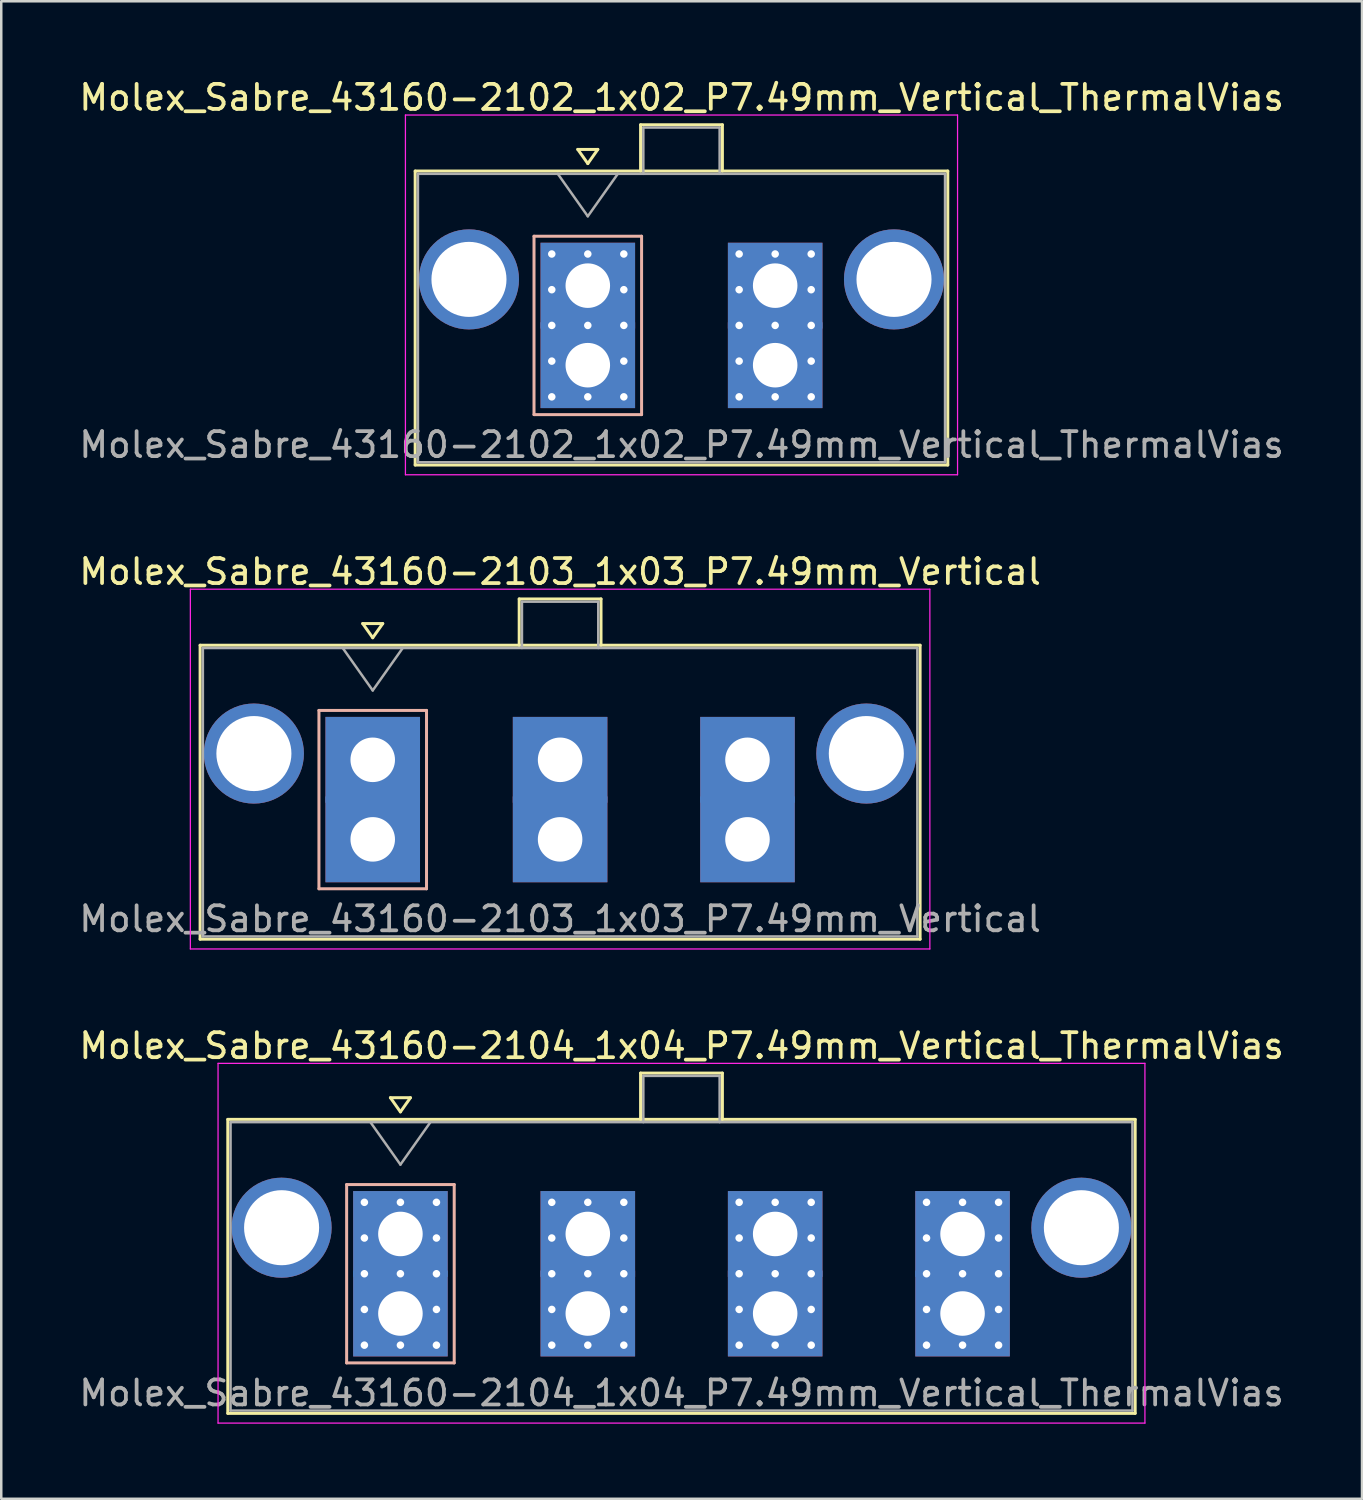
<source format=kicad_pcb>
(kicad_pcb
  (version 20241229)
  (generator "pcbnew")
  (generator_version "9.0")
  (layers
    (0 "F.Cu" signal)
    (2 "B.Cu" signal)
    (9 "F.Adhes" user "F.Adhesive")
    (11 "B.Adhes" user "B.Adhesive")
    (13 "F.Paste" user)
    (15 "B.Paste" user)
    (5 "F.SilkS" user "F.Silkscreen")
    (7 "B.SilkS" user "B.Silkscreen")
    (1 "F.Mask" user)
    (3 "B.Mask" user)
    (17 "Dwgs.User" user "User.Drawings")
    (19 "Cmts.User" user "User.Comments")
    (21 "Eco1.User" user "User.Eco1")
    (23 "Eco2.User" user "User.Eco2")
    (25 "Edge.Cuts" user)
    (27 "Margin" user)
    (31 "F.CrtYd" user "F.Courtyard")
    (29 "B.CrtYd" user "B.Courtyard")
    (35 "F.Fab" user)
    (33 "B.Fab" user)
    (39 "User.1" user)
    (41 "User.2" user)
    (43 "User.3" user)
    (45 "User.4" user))
  (footprint "Molex_Sabre_43160-2103_1x03_P7.49mm_Vertical"
    (layer "F.Cu")
    (at 11.849 30.502)
    (property "Reference" "Molex_Sabre_43160-2103_1x03_P7.49mm_Vertical" (at 7.49 -10.7 0) (layer "F.SilkS") (effects (font (size 1 1) (thickness 0.15))))
    (attr through_hole)
    (fp_line (start -6.9 -7.76) (end -6.9 3.99) (stroke (width 0.12) (type solid)) (layer "F.SilkS"))
    (fp_line (start -6.9 3.99) (end 21.88 3.99) (stroke (width 0.12) (type solid)) (layer "F.SilkS"))
    (fp_line (start -0.4 -8.626) (end 0 -8.06) (stroke (width 0.12) (type solid)) (layer "F.SilkS"))
    (fp_line (start 0 -8.06) (end 0.4 -8.626) (stroke (width 0.12) (type solid)) (layer "F.SilkS"))
    (fp_line (start 0.4 -8.626) (end -0.4 -8.626) (stroke (width 0.12) (type solid)) (layer "F.SilkS"))
    (fp_line (start 5.855 -9.61) (end 9.125 -9.61) (stroke (width 0.12) (type solid)) (layer "F.SilkS"))
    (fp_line (start 5.855 -7.76) (end 5.855 -9.61) (stroke (width 0.12) (type solid)) (layer "F.SilkS"))
    (fp_line (start 9.125 -9.61) (end 9.125 -7.76) (stroke (width 0.12) (type solid)) (layer "F.SilkS"))
    (fp_line (start 21.88 -7.76) (end -6.9 -7.76) (stroke (width 0.12) (type solid)) (layer "F.SilkS"))
    (fp_line (start 21.88 3.99) (end 21.88 -7.76) (stroke (width 0.12) (type solid)) (layer "F.SilkS"))
    (fp_line (start -2.15 -5.155) (end -2.15 1.975) (stroke (width 0.12) (type solid)) (layer "B.SilkS"))
    (fp_line (start -2.15 1.975) (end 2.15 1.975) (stroke (width 0.12) (type solid)) (layer "B.SilkS"))
    (fp_line (start 2.15 -5.155) (end -2.15 -5.155) (stroke (width 0.12) (type solid)) (layer "B.SilkS"))
    (fp_line (start 2.15 1.975) (end 2.15 -5.155) (stroke (width 0.12) (type solid)) (layer "B.SilkS"))
    (fp_line (start -7.29 -10) (end -7.29 4.38) (stroke (width 0.05) (type solid)) (layer "F.CrtYd"))
    (fp_line (start -7.29 4.38) (end 22.27 4.38) (stroke (width 0.05) (type solid)) (layer "F.CrtYd"))
    (fp_line (start 22.27 -10) (end -7.29 -10) (stroke (width 0.05) (type solid)) (layer "F.CrtYd"))
    (fp_line (start 22.27 4.38) (end 22.27 -10) (stroke (width 0.05) (type solid)) (layer "F.CrtYd"))
    (fp_line (start -6.79 -7.65) (end -6.79 3.88) (stroke (width 0.1) (type solid)) (layer "F.Fab"))
    (fp_line (start -6.79 3.88) (end 21.77 3.88) (stroke (width 0.1) (type solid)) (layer "F.Fab"))
    (fp_line (start -1.2 -7.65) (end 0 -5.953) (stroke (width 0.1) (type solid)) (layer "F.Fab"))
    (fp_line (start 0 -5.953) (end 1.2 -7.65) (stroke (width 0.1) (type solid)) (layer "F.Fab"))
    (fp_line (start 5.965 -9.5) (end 9.015 -9.5) (stroke (width 0.1) (type solid)) (layer "F.Fab"))
    (fp_line (start 5.965 -7.65) (end 5.965 -9.5) (stroke (width 0.1) (type solid)) (layer "F.Fab"))
    (fp_line (start 9.015 -9.5) (end 9.015 -7.65) (stroke (width 0.1) (type solid)) (layer "F.Fab"))
    (fp_line (start 21.77 -7.65) (end -6.79 -7.65) (stroke (width 0.1) (type solid)) (layer "F.Fab"))
    (fp_line (start 21.77 3.88) (end 21.77 -7.65) (stroke (width 0.1) (type solid)) (layer "F.Fab"))
    (fp_text user "${REFERENCE}" (at 7.49 3.18 0) (layer "F.Fab") (effects (font (size 1 1) (thickness 0.15))))
    (pad "" thru_hole circle (at -4.75 -3.43) (size 4 4) (drill 3) (layers "*.Cu" "*.Mask"))
    (pad "" thru_hole circle (at 19.73 -3.43) (size 4 4) (drill 3) (layers "*.Cu" "*.Mask"))
    (pad "1" thru_hole rect (at 0 -3.18) (size 3.78 3.43) (drill 1.78) (layers "*.Cu" "*.Mask"))
    (pad "1" thru_hole rect (at 0 0) (size 3.78 3.43) (drill 1.78) (layers "*.Cu" "*.Mask"))
    (pad "2" thru_hole rect (at 7.49 -3.18) (size 3.78 3.43) (drill 1.78) (layers "*.Cu" "*.Mask"))
    (pad "2" thru_hole rect (at 7.49 0) (size 3.78 3.43) (drill 1.78) (layers "*.Cu" "*.Mask"))
    (pad "3" thru_hole rect (at 14.98 -3.18) (size 3.78 3.43) (drill 1.78) (layers "*.Cu" "*.Mask"))
    (pad "3" thru_hole rect (at 14.98 0) (size 3.78 3.43) (drill 1.78) (layers "*.Cu" "*.Mask")))
  (footprint "Molex_Sabre_43160-2104_1x04_P7.49mm_Vertical_ThermalVias"
    (layer "F.Cu")
    (at 12.956 49.455)
    (property "Reference" "Molex_Sabre_43160-2104_1x04_P7.49mm_Vertical_ThermalVias" (at 11.24 -10.7 0) (layer "F.SilkS") (effects (font (size 1 1) (thickness 0.15))))
    (attr through_hole)
    (fp_line (start -6.9 -7.76) (end -6.9 3.99) (stroke (width 0.12) (type solid)) (layer "F.SilkS"))
    (fp_line (start -6.9 3.99) (end 29.37 3.99) (stroke (width 0.12) (type solid)) (layer "F.SilkS"))
    (fp_line (start -0.4 -8.626) (end 0 -8.06) (stroke (width 0.12) (type solid)) (layer "F.SilkS"))
    (fp_line (start 0 -8.06) (end 0.4 -8.626) (stroke (width 0.12) (type solid)) (layer "F.SilkS"))
    (fp_line (start 0.4 -8.626) (end -0.4 -8.626) (stroke (width 0.12) (type solid)) (layer "F.SilkS"))
    (fp_line (start 9.6 -9.61) (end 12.87 -9.61) (stroke (width 0.12) (type solid)) (layer "F.SilkS"))
    (fp_line (start 9.6 -7.76) (end 9.6 -9.61) (stroke (width 0.12) (type solid)) (layer "F.SilkS"))
    (fp_line (start 12.87 -9.61) (end 12.87 -7.76) (stroke (width 0.12) (type solid)) (layer "F.SilkS"))
    (fp_line (start 29.37 -7.76) (end -6.9 -7.76) (stroke (width 0.12) (type solid)) (layer "F.SilkS"))
    (fp_line (start 29.37 3.99) (end 29.37 -7.76) (stroke (width 0.12) (type solid)) (layer "F.SilkS"))
    (fp_line (start -2.15 -5.155) (end -2.15 1.975) (stroke (width 0.12) (type solid)) (layer "B.SilkS"))
    (fp_line (start -2.15 1.975) (end 2.15 1.975) (stroke (width 0.12) (type solid)) (layer "B.SilkS"))
    (fp_line (start 2.15 -5.155) (end -2.15 -5.155) (stroke (width 0.12) (type solid)) (layer "B.SilkS"))
    (fp_line (start 2.15 1.975) (end 2.15 -5.155) (stroke (width 0.12) (type solid)) (layer "B.SilkS"))
    (fp_line (start -7.29 -10) (end -7.29 4.38) (stroke (width 0.05) (type solid)) (layer "F.CrtYd"))
    (fp_line (start -7.29 4.38) (end 29.76 4.38) (stroke (width 0.05) (type solid)) (layer "F.CrtYd"))
    (fp_line (start 29.76 -10) (end -7.29 -10) (stroke (width 0.05) (type solid)) (layer "F.CrtYd"))
    (fp_line (start 29.76 4.38) (end 29.76 -10) (stroke (width 0.05) (type solid)) (layer "F.CrtYd"))
    (fp_line (start -6.79 -7.65) (end -6.79 3.88) (stroke (width 0.1) (type solid)) (layer "F.Fab"))
    (fp_line (start -6.79 3.88) (end 29.26 3.88) (stroke (width 0.1) (type solid)) (layer "F.Fab"))
    (fp_line (start -1.2 -7.65) (end 0 -5.953) (stroke (width 0.1) (type solid)) (layer "F.Fab"))
    (fp_line (start 0 -5.953) (end 1.2 -7.65) (stroke (width 0.1) (type solid)) (layer "F.Fab"))
    (fp_line (start 9.71 -9.5) (end 12.76 -9.5) (stroke (width 0.1) (type solid)) (layer "F.Fab"))
    (fp_line (start 9.71 -7.65) (end 9.71 -9.5) (stroke (width 0.1) (type solid)) (layer "F.Fab"))
    (fp_line (start 12.76 -9.5) (end 12.76 -7.65) (stroke (width 0.1) (type solid)) (layer "F.Fab"))
    (fp_line (start 29.26 -7.65) (end -6.79 -7.65) (stroke (width 0.1) (type solid)) (layer "F.Fab"))
    (fp_line (start 29.26 3.88) (end 29.26 -7.65) (stroke (width 0.1) (type solid)) (layer "F.Fab"))
    (fp_text user "${REFERENCE}" (at 11.24 3.18 0) (layer "F.Fab") (effects (font (size 1 1) (thickness 0.15))))
    (pad "" thru_hole circle (at -4.75 -3.43) (size 4 4) (drill 3) (layers "*.Cu" "*.Mask"))
    (pad "" thru_hole circle (at 27.22 -3.43) (size 4 4) (drill 3) (layers "*.Cu" "*.Mask"))
    (pad "1" thru_hole rect (at -1.44 -4.445) (size 0.6 0.6) (drill 0.3) (layers "*.Cu" "*.Mask"))
    (pad "1" thru_hole rect (at -1.44 -3.018) (size 0.6 0.6) (drill 0.3) (layers "*.Cu" "*.Mask"))
    (pad "1" thru_hole rect (at -1.44 -1.59) (size 0.6 0.6) (drill 0.3) (layers "*.Cu" "*.Mask"))
    (pad "1" thru_hole rect (at -1.44 -0.163) (size 0.6 0.6) (drill 0.3) (layers "*.Cu" "*.Mask"))
    (pad "1" thru_hole rect (at -1.44 1.265) (size 0.6 0.6) (drill 0.3) (layers "*.Cu" "*.Mask"))
    (pad "1" thru_hole rect (at 0 -4.445) (size 0.6 0.6) (drill 0.3) (layers "*.Cu" "*.Mask"))
    (pad "1" thru_hole rect (at 0 -3.18) (size 3.78 3.43) (drill 1.78) (layers "*.Cu" "*.Mask"))
    (pad "1" thru_hole rect (at 0 -1.59) (size 0.6 0.6) (drill 0.3) (layers "*.Cu" "*.Mask"))
    (pad "1" thru_hole rect (at 0 0) (size 3.78 3.43) (drill 1.78) (layers "*.Cu" "*.Mask"))
    (pad "1" thru_hole rect (at 0 1.265) (size 0.6 0.6) (drill 0.3) (layers "*.Cu" "*.Mask"))
    (pad "1" thru_hole rect (at 1.44 -4.445) (size 0.6 0.6) (drill 0.3) (layers "*.Cu" "*.Mask"))
    (pad "1" thru_hole rect (at 1.44 -3.018) (size 0.6 0.6) (drill 0.3) (layers "*.Cu" "*.Mask"))
    (pad "1" thru_hole rect (at 1.44 -1.59) (size 0.6 0.6) (drill 0.3) (layers "*.Cu" "*.Mask"))
    (pad "1" thru_hole rect (at 1.44 -0.163) (size 0.6 0.6) (drill 0.3) (layers "*.Cu" "*.Mask"))
    (pad "1" thru_hole rect (at 1.44 1.265) (size 0.6 0.6) (drill 0.3) (layers "*.Cu" "*.Mask"))
    (pad "2" thru_hole circle (at 6.05 -4.445) (size 0.6 0.6) (drill 0.3) (layers "*.Cu" "*.Mask"))
    (pad "2" thru_hole circle (at 6.05 -3.018) (size 0.6 0.6) (drill 0.3) (layers "*.Cu" "*.Mask"))
    (pad "2" thru_hole circle (at 6.05 -1.59) (size 0.6 0.6) (drill 0.3) (layers "*.Cu" "*.Mask"))
    (pad "2" thru_hole circle (at 6.05 -0.163) (size 0.6 0.6) (drill 0.3) (layers "*.Cu" "*.Mask"))
    (pad "2" thru_hole circle (at 6.05 1.265) (size 0.6 0.6) (drill 0.3) (layers "*.Cu" "*.Mask"))
    (pad "2" thru_hole circle (at 7.49 -4.445) (size 0.6 0.6) (drill 0.3) (layers "*.Cu" "*.Mask"))
    (pad "2" thru_hole rect (at 7.49 -3.18) (size 3.78 3.43) (drill 1.78) (layers "*.Cu" "*.Mask"))
    (pad "2" thru_hole circle (at 7.49 -1.59) (size 0.6 0.6) (drill 0.3) (layers "*.Cu" "*.Mask"))
    (pad "2" thru_hole rect (at 7.49 0) (size 3.78 3.43) (drill 1.78) (layers "*.Cu" "*.Mask"))
    (pad "2" thru_hole circle (at 7.49 1.265) (size 0.6 0.6) (drill 0.3) (layers "*.Cu" "*.Mask"))
    (pad "2" thru_hole circle (at 8.93 -4.445) (size 0.6 0.6) (drill 0.3) (layers "*.Cu" "*.Mask"))
    (pad "2" thru_hole circle (at 8.93 -3.018) (size 0.6 0.6) (drill 0.3) (layers "*.Cu" "*.Mask"))
    (pad "2" thru_hole circle (at 8.93 -1.59) (size 0.6 0.6) (drill 0.3) (layers "*.Cu" "*.Mask"))
    (pad "2" thru_hole circle (at 8.93 -0.163) (size 0.6 0.6) (drill 0.3) (layers "*.Cu" "*.Mask"))
    (pad "2" thru_hole circle (at 8.93 1.265) (size 0.6 0.6) (drill 0.3) (layers "*.Cu" "*.Mask"))
    (pad "3" thru_hole circle (at 13.54 -4.445) (size 0.6 0.6) (drill 0.3) (layers "*.Cu" "*.Mask"))
    (pad "3" thru_hole circle (at 13.54 -3.018) (size 0.6 0.6) (drill 0.3) (layers "*.Cu" "*.Mask"))
    (pad "3" thru_hole circle (at 13.54 -1.59) (size 0.6 0.6) (drill 0.3) (layers "*.Cu" "*.Mask"))
    (pad "3" thru_hole circle (at 13.54 -0.163) (size 0.6 0.6) (drill 0.3) (layers "*.Cu" "*.Mask"))
    (pad "3" thru_hole circle (at 13.54 1.265) (size 0.6 0.6) (drill 0.3) (layers "*.Cu" "*.Mask"))
    (pad "3" thru_hole circle (at 14.98 -4.445) (size 0.6 0.6) (drill 0.3) (layers "*.Cu" "*.Mask"))
    (pad "3" thru_hole rect (at 14.98 -3.18) (size 3.78 3.43) (drill 1.78) (layers "*.Cu" "*.Mask"))
    (pad "3" thru_hole circle (at 14.98 -1.59) (size 0.6 0.6) (drill 0.3) (layers "*.Cu" "*.Mask"))
    (pad "3" thru_hole rect (at 14.98 0) (size 3.78 3.43) (drill 1.78) (layers "*.Cu" "*.Mask"))
    (pad "3" thru_hole circle (at 14.98 1.265) (size 0.6 0.6) (drill 0.3) (layers "*.Cu" "*.Mask"))
    (pad "3" thru_hole circle (at 16.42 -4.445) (size 0.6 0.6) (drill 0.3) (layers "*.Cu" "*.Mask"))
    (pad "3" thru_hole circle (at 16.42 -3.018) (size 0.6 0.6) (drill 0.3) (layers "*.Cu" "*.Mask"))
    (pad "3" thru_hole circle (at 16.42 -1.59) (size 0.6 0.6) (drill 0.3) (layers "*.Cu" "*.Mask"))
    (pad "3" thru_hole circle (at 16.42 -0.163) (size 0.6 0.6) (drill 0.3) (layers "*.Cu" "*.Mask"))
    (pad "3" thru_hole circle (at 16.42 1.265) (size 0.6 0.6) (drill 0.3) (layers "*.Cu" "*.Mask"))
    (pad "4" thru_hole circle (at 21.03 -4.445) (size 0.6 0.6) (drill 0.3) (layers "*.Cu" "*.Mask"))
    (pad "4" thru_hole circle (at 21.03 -3.018) (size 0.6 0.6) (drill 0.3) (layers "*.Cu" "*.Mask"))
    (pad "4" thru_hole circle (at 21.03 -1.59) (size 0.6 0.6) (drill 0.3) (layers "*.Cu" "*.Mask"))
    (pad "4" thru_hole circle (at 21.03 -0.163) (size 0.6 0.6) (drill 0.3) (layers "*.Cu" "*.Mask"))
    (pad "4" thru_hole circle (at 21.03 1.265) (size 0.6 0.6) (drill 0.3) (layers "*.Cu" "*.Mask"))
    (pad "4" thru_hole circle (at 22.47 -4.445) (size 0.6 0.6) (drill 0.3) (layers "*.Cu" "*.Mask"))
    (pad "4" thru_hole rect (at 22.47 -3.18) (size 3.78 3.43) (drill 1.78) (layers "*.Cu" "*.Mask"))
    (pad "4" thru_hole circle (at 22.47 -1.59) (size 0.6 0.6) (drill 0.3) (layers "*.Cu" "*.Mask"))
    (pad "4" thru_hole rect (at 22.47 0) (size 3.78 3.43) (drill 1.78) (layers "*.Cu" "*.Mask"))
    (pad "4" thru_hole circle (at 22.47 1.265) (size 0.6 0.6) (drill 0.3) (layers "*.Cu" "*.Mask"))
    (pad "4" thru_hole circle (at 23.91 -4.445) (size 0.6 0.6) (drill 0.3) (layers "*.Cu" "*.Mask"))
    (pad "4" thru_hole circle (at 23.91 -3.018) (size 0.6 0.6) (drill 0.3) (layers "*.Cu" "*.Mask"))
    (pad "4" thru_hole circle (at 23.91 -1.59) (size 0.6 0.6) (drill 0.3) (layers "*.Cu" "*.Mask"))
    (pad "4" thru_hole circle (at 23.91 -0.163) (size 0.6 0.6) (drill 0.3) (layers "*.Cu" "*.Mask"))
    (pad "4" thru_hole circle (at 23.91 1.265) (size 0.6 0.6) (drill 0.3) (layers "*.Cu" "*.Mask")))
  (footprint "Molex_Sabre_43160-2102_1x02_P7.49mm_Vertical_ThermalVias"
    (layer "F.Cu")
    (at 20.446 11.548)
    (property "Reference" "Molex_Sabre_43160-2102_1x02_P7.49mm_Vertical_ThermalVias" (at 3.75 -10.7 0) (layer "F.SilkS") (effects (font (size 1 1) (thickness 0.15))))
    (attr through_hole)
    (fp_line (start -6.9 -7.76) (end -6.9 3.99) (stroke (width 0.12) (type solid)) (layer "F.SilkS"))
    (fp_line (start -6.9 3.99) (end 14.39 3.99) (stroke (width 0.12) (type solid)) (layer "F.SilkS"))
    (fp_line (start -0.4 -8.626) (end 0 -8.06) (stroke (width 0.12) (type solid)) (layer "F.SilkS"))
    (fp_line (start 0 -8.06) (end 0.4 -8.626) (stroke (width 0.12) (type solid)) (layer "F.SilkS"))
    (fp_line (start 0.4 -8.626) (end -0.4 -8.626) (stroke (width 0.12) (type solid)) (layer "F.SilkS"))
    (fp_line (start 2.11 -9.61) (end 5.38 -9.61) (stroke (width 0.12) (type solid)) (layer "F.SilkS"))
    (fp_line (start 2.11 -7.76) (end 2.11 -9.61) (stroke (width 0.12) (type solid)) (layer "F.SilkS"))
    (fp_line (start 5.38 -9.61) (end 5.38 -7.76) (stroke (width 0.12) (type solid)) (layer "F.SilkS"))
    (fp_line (start 14.39 -7.76) (end -6.9 -7.76) (stroke (width 0.12) (type solid)) (layer "F.SilkS"))
    (fp_line (start 14.39 3.99) (end 14.39 -7.76) (stroke (width 0.12) (type solid)) (layer "F.SilkS"))
    (fp_line (start -2.15 -5.155) (end -2.15 1.975) (stroke (width 0.12) (type solid)) (layer "B.SilkS"))
    (fp_line (start -2.15 1.975) (end 2.15 1.975) (stroke (width 0.12) (type solid)) (layer "B.SilkS"))
    (fp_line (start 2.15 -5.155) (end -2.15 -5.155) (stroke (width 0.12) (type solid)) (layer "B.SilkS"))
    (fp_line (start 2.15 1.975) (end 2.15 -5.155) (stroke (width 0.12) (type solid)) (layer "B.SilkS"))
    (fp_line (start -7.29 -10) (end -7.29 4.38) (stroke (width 0.05) (type solid)) (layer "F.CrtYd"))
    (fp_line (start -7.29 4.38) (end 14.78 4.38) (stroke (width 0.05) (type solid)) (layer "F.CrtYd"))
    (fp_line (start 14.78 -10) (end -7.29 -10) (stroke (width 0.05) (type solid)) (layer "F.CrtYd"))
    (fp_line (start 14.78 4.38) (end 14.78 -10) (stroke (width 0.05) (type solid)) (layer "F.CrtYd"))
    (fp_line (start -6.79 -7.65) (end -6.79 3.88) (stroke (width 0.1) (type solid)) (layer "F.Fab"))
    (fp_line (start -6.79 3.88) (end 14.28 3.88) (stroke (width 0.1) (type solid)) (layer "F.Fab"))
    (fp_line (start -1.2 -7.65) (end 0 -5.953) (stroke (width 0.1) (type solid)) (layer "F.Fab"))
    (fp_line (start 0 -5.953) (end 1.2 -7.65) (stroke (width 0.1) (type solid)) (layer "F.Fab"))
    (fp_line (start 2.22 -9.5) (end 5.27 -9.5) (stroke (width 0.1) (type solid)) (layer "F.Fab"))
    (fp_line (start 2.22 -7.65) (end 2.22 -9.5) (stroke (width 0.1) (type solid)) (layer "F.Fab"))
    (fp_line (start 5.27 -9.5) (end 5.27 -7.65) (stroke (width 0.1) (type solid)) (layer "F.Fab"))
    (fp_line (start 14.28 -7.65) (end -6.79 -7.65) (stroke (width 0.1) (type solid)) (layer "F.Fab"))
    (fp_line (start 14.28 3.88) (end 14.28 -7.65) (stroke (width 0.1) (type solid)) (layer "F.Fab"))
    (fp_text user "${REFERENCE}" (at 3.75 3.18 0) (layer "F.Fab") (effects (font (size 1 1) (thickness 0.15))))
    (pad "" thru_hole circle (at -4.75 -3.43) (size 4 4) (drill 3) (layers "*.Cu" "*.Mask"))
    (pad "" thru_hole circle (at 12.24 -3.43) (size 4 4) (drill 3) (layers "*.Cu" "*.Mask"))
    (pad "1" thru_hole rect (at -1.44 -4.445) (size 0.6 0.6) (drill 0.3) (layers "*.Cu" "*.Mask"))
    (pad "1" thru_hole rect (at -1.44 -3.018) (size 0.6 0.6) (drill 0.3) (layers "*.Cu" "*.Mask"))
    (pad "1" thru_hole rect (at -1.44 -1.59) (size 0.6 0.6) (drill 0.3) (layers "*.Cu" "*.Mask"))
    (pad "1" thru_hole rect (at -1.44 -0.163) (size 0.6 0.6) (drill 0.3) (layers "*.Cu" "*.Mask"))
    (pad "1" thru_hole rect (at -1.44 1.265) (size 0.6 0.6) (drill 0.3) (layers "*.Cu" "*.Mask"))
    (pad "1" thru_hole rect (at 0 -4.445) (size 0.6 0.6) (drill 0.3) (layers "*.Cu" "*.Mask"))
    (pad "1" thru_hole rect (at 0 -3.18) (size 3.78 3.43) (drill 1.78) (layers "*.Cu" "*.Mask"))
    (pad "1" thru_hole rect (at 0 -1.59) (size 0.6 0.6) (drill 0.3) (layers "*.Cu" "*.Mask"))
    (pad "1" thru_hole rect (at 0 0) (size 3.78 3.43) (drill 1.78) (layers "*.Cu" "*.Mask"))
    (pad "1" thru_hole rect (at 0 1.265) (size 0.6 0.6) (drill 0.3) (layers "*.Cu" "*.Mask"))
    (pad "1" thru_hole rect (at 1.44 -4.445) (size 0.6 0.6) (drill 0.3) (layers "*.Cu" "*.Mask"))
    (pad "1" thru_hole rect (at 1.44 -3.018) (size 0.6 0.6) (drill 0.3) (layers "*.Cu" "*.Mask"))
    (pad "1" thru_hole rect (at 1.44 -1.59) (size 0.6 0.6) (drill 0.3) (layers "*.Cu" "*.Mask"))
    (pad "1" thru_hole rect (at 1.44 -0.163) (size 0.6 0.6) (drill 0.3) (layers "*.Cu" "*.Mask"))
    (pad "1" thru_hole rect (at 1.44 1.265) (size 0.6 0.6) (drill 0.3) (layers "*.Cu" "*.Mask"))
    (pad "2" thru_hole circle (at 6.05 -4.445) (size 0.6 0.6) (drill 0.3) (layers "*.Cu" "*.Mask"))
    (pad "2" thru_hole circle (at 6.05 -3.018) (size 0.6 0.6) (drill 0.3) (layers "*.Cu" "*.Mask"))
    (pad "2" thru_hole circle (at 6.05 -1.59) (size 0.6 0.6) (drill 0.3) (layers "*.Cu" "*.Mask"))
    (pad "2" thru_hole circle (at 6.05 -0.163) (size 0.6 0.6) (drill 0.3) (layers "*.Cu" "*.Mask"))
    (pad "2" thru_hole circle (at 6.05 1.265) (size 0.6 0.6) (drill 0.3) (layers "*.Cu" "*.Mask"))
    (pad "2" thru_hole circle (at 7.49 -4.445) (size 0.6 0.6) (drill 0.3) (layers "*.Cu" "*.Mask"))
    (pad "2" thru_hole rect (at 7.49 -3.18) (size 3.78 3.43) (drill 1.78) (layers "*.Cu" "*.Mask"))
    (pad "2" thru_hole circle (at 7.49 -1.59) (size 0.6 0.6) (drill 0.3) (layers "*.Cu" "*.Mask"))
    (pad "2" thru_hole rect (at 7.49 0) (size 3.78 3.43) (drill 1.78) (layers "*.Cu" "*.Mask"))
    (pad "2" thru_hole circle (at 7.49 1.265) (size 0.6 0.6) (drill 0.3) (layers "*.Cu" "*.Mask"))
    (pad "2" thru_hole circle (at 8.93 -4.445) (size 0.6 0.6) (drill 0.3) (layers "*.Cu" "*.Mask"))
    (pad "2" thru_hole circle (at 8.93 -3.018) (size 0.6 0.6) (drill 0.3) (layers "*.Cu" "*.Mask"))
    (pad "2" thru_hole circle (at 8.93 -1.59) (size 0.6 0.6) (drill 0.3) (layers "*.Cu" "*.Mask"))
    (pad "2" thru_hole circle (at 8.93 -0.163) (size 0.6 0.6) (drill 0.3) (layers "*.Cu" "*.Mask"))
    (pad "2" thru_hole circle (at 8.93 1.265) (size 0.6 0.6) (drill 0.3) (layers "*.Cu" "*.Mask")))
  (gr_rect
    (start -3 -3)
    (end 51.393 56.86)
    (stroke (width 0.1) (type default))
    (fill no)
    (layer "Edge.Cuts")))
</source>
